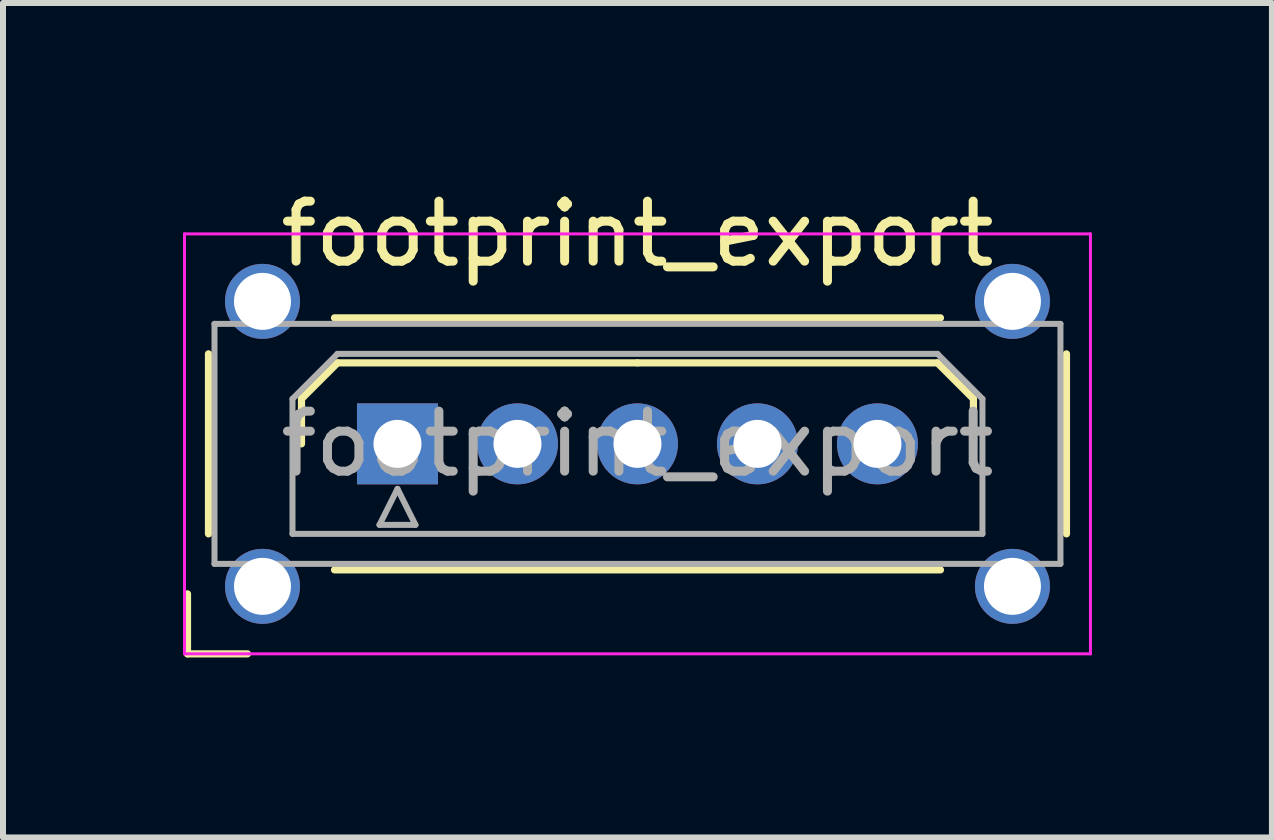
<source format=kicad_pcb>
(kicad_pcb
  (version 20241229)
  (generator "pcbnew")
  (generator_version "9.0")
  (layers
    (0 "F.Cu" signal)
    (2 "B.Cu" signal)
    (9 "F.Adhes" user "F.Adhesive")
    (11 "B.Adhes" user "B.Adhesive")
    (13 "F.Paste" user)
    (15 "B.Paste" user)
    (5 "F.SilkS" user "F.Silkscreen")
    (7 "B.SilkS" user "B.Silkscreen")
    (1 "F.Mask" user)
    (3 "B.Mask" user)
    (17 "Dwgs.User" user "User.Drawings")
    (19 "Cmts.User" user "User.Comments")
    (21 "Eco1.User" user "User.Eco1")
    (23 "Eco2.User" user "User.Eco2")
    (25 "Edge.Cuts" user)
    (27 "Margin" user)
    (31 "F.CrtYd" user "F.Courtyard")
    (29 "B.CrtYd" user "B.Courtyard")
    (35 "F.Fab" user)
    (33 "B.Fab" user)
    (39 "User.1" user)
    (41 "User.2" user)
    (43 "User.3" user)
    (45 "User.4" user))
  (footprint "footprint_export"
    (layer "F.Cu")
    (at 3.575 4.348)
    (property "Reference" "footprint_export" (at 4 -3.5 0) (layer "F.SilkS") (effects (font (size 1 1) (thickness 0.15))))
    (attr through_hole)
    (fp_line (start -3.5 2.5) (end -3.5 3.5) (stroke (width 0.12) (type solid)) (layer "F.SilkS"))
    (fp_line (start -3.5 3.5) (end -2.5 3.5) (stroke (width 0.12) (type solid)) (layer "F.SilkS"))
    (fp_line (start -3.15 -1.5) (end -3.15 1.5) (stroke (width 0.12) (type solid)) (layer "F.SilkS"))
    (fp_line (start -1.6 -0.75) (end -1 -1.35) (stroke (width 0.12) (type solid)) (layer "F.SilkS"))
    (fp_line (start -1.6 0) (end -1.6 -0.75) (stroke (width 0.12) (type solid)) (layer "F.SilkS"))
    (fp_line (start -1.05 -2.1) (end 9.05 -2.1) (stroke (width 0.12) (type solid)) (layer "F.SilkS"))
    (fp_line (start -1.05 2.1) (end 9.05 2.1) (stroke (width 0.12) (type solid)) (layer "F.SilkS"))
    (fp_line (start -1 -1.35) (end 4 -1.35) (stroke (width 0.12) (type solid)) (layer "F.SilkS"))
    (fp_line (start 9 -1.35) (end 4 -1.35) (stroke (width 0.12) (type solid)) (layer "F.SilkS"))
    (fp_line (start 9.6 -0.75) (end 9 -1.35) (stroke (width 0.12) (type solid)) (layer "F.SilkS"))
    (fp_line (start 9.6 0) (end 9.6 -0.75) (stroke (width 0.12) (type solid)) (layer "F.SilkS"))
    (fp_line (start 11.15 -1.5) (end 11.15 1.5) (stroke (width 0.12) (type solid)) (layer "F.SilkS"))
    (fp_line (start -3.55 -3.5) (end -3.55 3.5) (stroke (width 0.05) (type solid)) (layer "F.CrtYd"))
    (fp_line (start -3.55 3.5) (end 11.55 3.5) (stroke (width 0.05) (type solid)) (layer "F.CrtYd"))
    (fp_line (start 11.55 -3.5) (end -3.55 -3.5) (stroke (width 0.05) (type solid)) (layer "F.CrtYd"))
    (fp_line (start 11.55 3.5) (end 11.55 -3.5) (stroke (width 0.05) (type solid)) (layer "F.CrtYd"))
    (fp_line (start -3.05 -2) (end -3.05 2) (stroke (width 0.1) (type solid)) (layer "F.Fab"))
    (fp_line (start -3.05 2) (end 11.05 2) (stroke (width 0.1) (type solid)) (layer "F.Fab"))
    (fp_line (start -1.75 -0.75) (end -1 -1.5) (stroke (width 0.1) (type solid)) (layer "F.Fab"))
    (fp_line (start -1.75 1.5) (end -1.75 -0.75) (stroke (width 0.1) (type solid)) (layer "F.Fab"))
    (fp_line (start -1 -1.5) (end 9 -1.5) (stroke (width 0.1) (type solid)) (layer "F.Fab"))
    (fp_line (start -0.3 1.35) (end 0.3 1.35) (stroke (width 0.1) (type solid)) (layer "F.Fab"))
    (fp_line (start 0 0.75) (end -0.3 1.35) (stroke (width 0.1) (type solid)) (layer "F.Fab"))
    (fp_line (start 0.3 1.35) (end 0 0.75) (stroke (width 0.1) (type solid)) (layer "F.Fab"))
    (fp_line (start 9 -1.5) (end 9.75 -0.75) (stroke (width 0.1) (type solid)) (layer "F.Fab"))
    (fp_line (start 9.75 -0.75) (end 9.75 1.5) (stroke (width 0.1) (type solid)) (layer "F.Fab"))
    (fp_line (start 9.75 1.5) (end -1.75 1.5) (stroke (width 0.1) (type solid)) (layer "F.Fab"))
    (fp_line (start 11.05 -2) (end -3.05 -2) (stroke (width 0.1) (type solid)) (layer "F.Fab"))
    (fp_line (start 11.05 2) (end 11.05 -2) (stroke (width 0.1) (type solid)) (layer "F.Fab"))
    (fp_text user "${REFERENCE}" (at 4 0 0) (layer "F.Fab") (effects (font (size 1 1) (thickness 0.15))))
    (pad "" thru_hole circle (at -2.25 -2.375) (size 1.25 1.25) (drill 0.95) (layers "*.Cu" "*.Mask"))
    (pad "" thru_hole circle (at -2.25 2.375) (size 1.25 1.25) (drill 0.95) (layers "*.Cu" "*.Mask"))
    (pad "" thru_hole circle (at 10.25 -2.375) (size 1.25 1.25) (drill 0.95) (layers "*.Cu" "*.Mask"))
    (pad "" thru_hole circle (at 10.25 2.375) (size 1.25 1.25) (drill 0.95) (layers "*.Cu" "*.Mask"))
    (pad "1" thru_hole rect (at 0 0) (size 1.35 1.35) (drill 0.8) (layers "*.Cu" "*.Mask"))
    (pad "2" thru_hole circle (at 2 0) (size 1.35 1.35) (drill 0.8) (layers "*.Cu" "*.Mask"))
    (pad "3" thru_hole circle (at 4 0) (size 1.35 1.35) (drill 0.8) (layers "*.Cu" "*.Mask"))
    (pad "4" thru_hole circle (at 6 0) (size 1.35 1.35) (drill 0.8) (layers "*.Cu" "*.Mask"))
    (pad "5" thru_hole circle (at 8 0) (size 1.35 1.35) (drill 0.8) (layers "*.Cu" "*.Mask")))
  (gr_rect
    (start -3 -3)
    (end 18.15 10.908)
    (stroke (width 0.1) (type default))
    (fill no)
    (layer "Edge.Cuts")))
</source>
